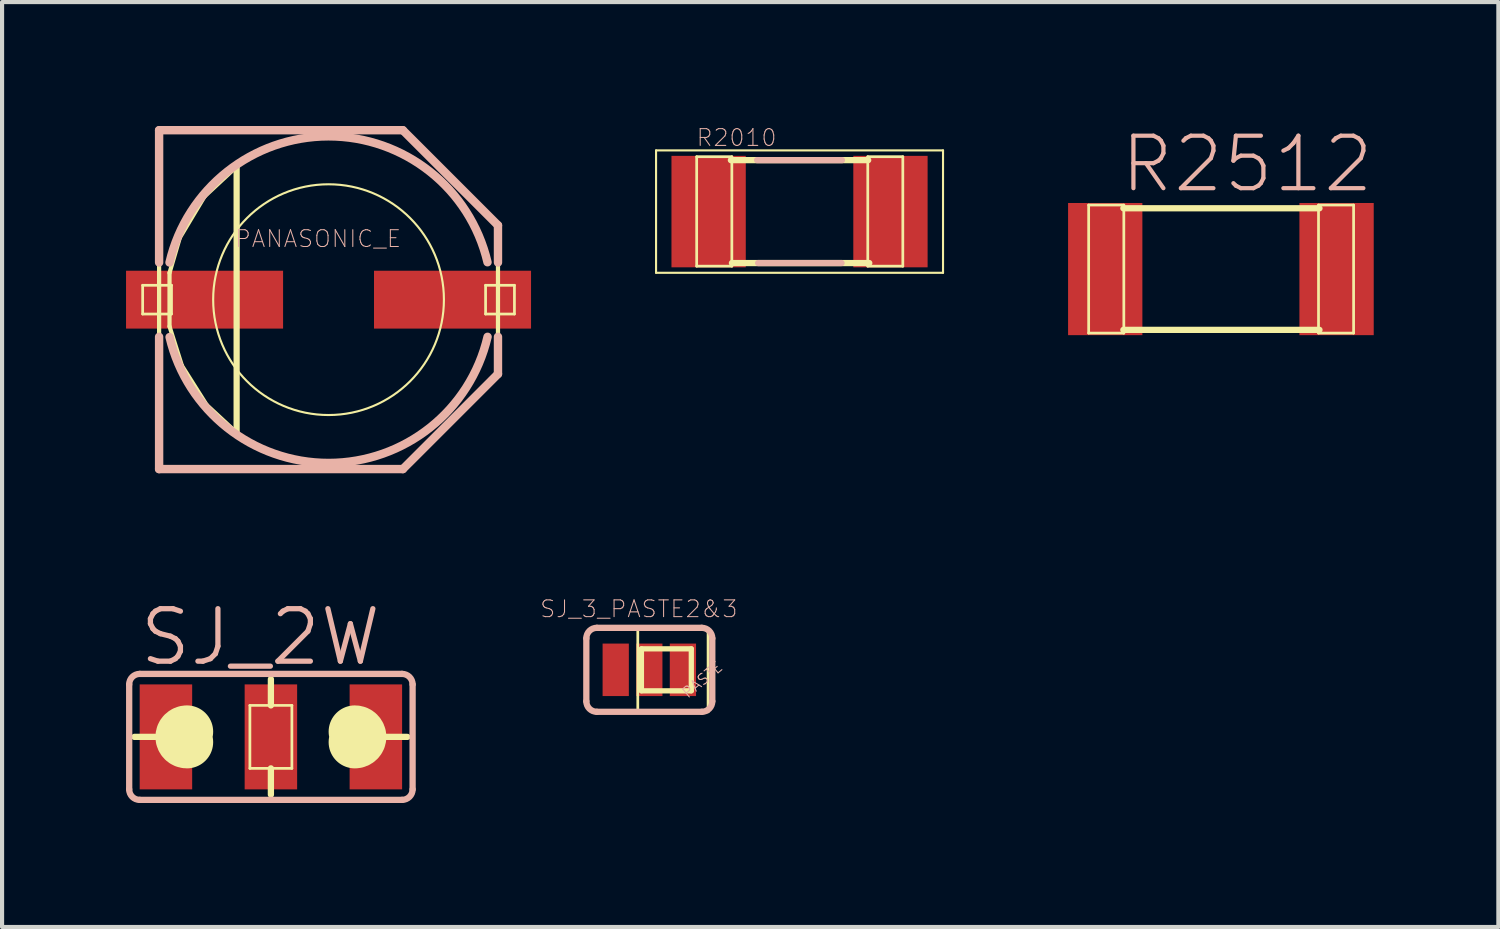
<source format=kicad_pcb>
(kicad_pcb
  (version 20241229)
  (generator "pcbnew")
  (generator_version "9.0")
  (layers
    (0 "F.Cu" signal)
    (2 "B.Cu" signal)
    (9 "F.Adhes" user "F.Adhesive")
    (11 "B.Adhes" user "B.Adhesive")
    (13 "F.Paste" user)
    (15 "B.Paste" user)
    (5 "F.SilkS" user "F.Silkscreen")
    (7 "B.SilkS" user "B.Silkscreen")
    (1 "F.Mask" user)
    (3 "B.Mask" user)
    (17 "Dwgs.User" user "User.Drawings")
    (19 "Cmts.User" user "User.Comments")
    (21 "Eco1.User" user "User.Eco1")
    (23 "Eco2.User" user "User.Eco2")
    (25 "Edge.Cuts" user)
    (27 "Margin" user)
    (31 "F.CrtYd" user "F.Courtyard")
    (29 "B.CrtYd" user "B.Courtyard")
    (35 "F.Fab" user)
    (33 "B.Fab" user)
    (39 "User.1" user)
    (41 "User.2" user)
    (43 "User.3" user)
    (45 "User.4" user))
  (footprint "SJ_2W"
    (layer "F.Cu")
    (at 3.505 14.781)
    (property "Reference" "SJ_2W" (at -0.254 -2.413 0) (layer "B.SilkS") (effects (font (size 1.27 1.27) (thickness 0.127))))
    (attr smd)
    (fp_line (start -2.794 0) (end -3.302 0) (stroke (width 0.152) (type solid)) (layer "F.SilkS"))
    (fp_line (start -0.508 -0.762) (end 0.508 -0.762) (stroke (width 0.066) (type solid)) (layer "F.SilkS"))
    (fp_line (start -0.508 0.762) (end -0.508 -0.762) (stroke (width 0.066) (type solid)) (layer "F.SilkS"))
    (fp_line (start -0.508 0.762) (end 0.508 0.762) (stroke (width 0.066) (type solid)) (layer "F.SilkS"))
    (fp_line (start 0 -0.762) (end 0 -1.397) (stroke (width 0.152) (type solid)) (layer "F.SilkS"))
    (fp_line (start 0 1.397) (end 0 0.762) (stroke (width 0.152) (type solid)) (layer "F.SilkS"))
    (fp_line (start 0.508 0.762) (end 0.508 -0.762) (stroke (width 0.066) (type solid)) (layer "F.SilkS"))
    (fp_line (start 2.794 0) (end 3.302 0) (stroke (width 0.152) (type solid)) (layer "F.SilkS"))
    (fp_arc (start -2.032 0.127) (mid -2.159 0) (end -2.032 -0.127) (stroke (width 1.27) (type solid)) (layer "F.SilkS"))
    (fp_arc (start 2.032 -0.127) (mid 2.159 0) (end 2.032 0.127) (stroke (width 1.27) (type solid)) (layer "F.SilkS"))
    (fp_line (start -3.429 1.27) (end -3.429 -1.27) (stroke (width 0.152) (type solid)) (layer "B.SilkS"))
    (fp_line (start -3.175 -1.524) (end 3.175 -1.524) (stroke (width 0.152) (type solid)) (layer "B.SilkS"))
    (fp_line (start 3.175 1.524) (end -3.175 1.524) (stroke (width 0.152) (type solid)) (layer "B.SilkS"))
    (fp_line (start 3.429 1.27) (end 3.429 -1.27) (stroke (width 0.152) (type solid)) (layer "B.SilkS"))
    (fp_arc (start -3.429 -1.27) (mid -3.354605 -1.449605) (end -3.175 -1.524) (stroke (width 0.1524) (type solid)) (layer "B.SilkS"))
    (fp_arc (start -3.175 1.524) (mid -3.354605 1.449605) (end -3.429 1.27) (stroke (width 0.1524) (type solid)) (layer "B.SilkS"))
    (fp_arc (start 3.175 -1.524) (mid 3.354605 -1.449605) (end 3.429 -1.27) (stroke (width 0.1524) (type solid)) (layer "B.SilkS"))
    (fp_arc (start 3.429 1.27) (mid 3.354605 1.449605) (end 3.175 1.524) (stroke (width 0.1524) (type solid)) (layer "B.SilkS"))
    (pad "1" smd rect (at -2.54 0) (size 1.27 2.54) (layers "F.Cu" "F.Mask" "F.Paste"))
    (pad "2" smd rect (at 0 0) (size 1.27 2.54) (layers "F.Cu" "F.Mask" "F.Paste"))
    (pad "3" smd rect (at 2.54 0) (size 1.27 2.54) (layers "F.Cu" "F.Mask" "F.Paste")))
  (footprint "R2512"
    (layer "F.Cu")
    (at 26.493 3.461)
    (property "Reference" "R2512" (at 0.635 -2.54 0) (layer "B.SilkS") (effects (font (size 1.27 1.27) (thickness 0.102))))
    (attr smd)
    (fp_line (start -3.2 -1.549) (end -2.349 -1.549) (stroke (width 0.066) (type solid)) (layer "F.SilkS"))
    (fp_line (start -3.2 1.549) (end -3.2 -1.549) (stroke (width 0.066) (type solid)) (layer "F.SilkS"))
    (fp_line (start -3.2 1.549) (end -2.349 1.549) (stroke (width 0.066) (type solid)) (layer "F.SilkS"))
    (fp_line (start -2.36 -1.471) (end 2.385 -1.471) (stroke (width 0.152) (type solid)) (layer "F.SilkS"))
    (fp_line (start -2.36 1.471) (end 2.385 1.471) (stroke (width 0.152) (type solid)) (layer "F.SilkS"))
    (fp_line (start -2.349 1.549) (end -2.349 -1.549) (stroke (width 0.066) (type solid)) (layer "F.SilkS"))
    (fp_line (start 2.362 -1.549) (end 3.211 -1.549) (stroke (width 0.066) (type solid)) (layer "F.SilkS"))
    (fp_line (start 2.362 1.549) (end 2.362 -1.549) (stroke (width 0.066) (type solid)) (layer "F.SilkS"))
    (fp_line (start 2.362 1.549) (end 3.211 1.549) (stroke (width 0.066) (type solid)) (layer "F.SilkS"))
    (fp_line (start 3.211 1.549) (end 3.211 -1.549) (stroke (width 0.066) (type solid)) (layer "F.SilkS"))
    (pad "1" smd rect (at -2.799 0) (size 1.798 3.198) (layers "F.Cu" "F.Mask" "F.Paste"))
    (pad "2" smd rect (at 2.799 0) (size 1.798 3.198) (layers "F.Cu" "F.Mask" "F.Paste")))
  (footprint "R2010"
    (layer "F.Cu")
    (at 16.297 2.07)
    (property "Reference" "R2010" (at -1.524 -1.788 0) (layer "B.SilkS") (effects (font (size 0.406 0.406) (thickness 0.025))))
    (attr smd)
    (fp_line (start -3.472 -1.481) (end 3.472 -1.481) (stroke (width 0.051) (type solid)) (layer "F.SilkS"))
    (fp_line (start -3.472 1.481) (end -3.472 -1.481) (stroke (width 0.051) (type solid)) (layer "F.SilkS"))
    (fp_line (start -2.489 -1.328) (end -1.638 -1.328) (stroke (width 0.066) (type solid)) (layer "F.SilkS"))
    (fp_line (start -2.489 1.321) (end -2.489 -1.328) (stroke (width 0.066) (type solid)) (layer "F.SilkS"))
    (fp_line (start -2.489 1.321) (end -1.638 1.321) (stroke (width 0.066) (type solid)) (layer "F.SilkS"))
    (fp_line (start -1.661 -1.245) (end 1.661 -1.245) (stroke (width 0.152) (type solid)) (layer "F.SilkS"))
    (fp_line (start -1.638 1.321) (end -1.638 -1.328) (stroke (width 0.066) (type solid)) (layer "F.SilkS"))
    (fp_line (start -1.636 1.245) (end 1.687 1.245) (stroke (width 0.152) (type solid)) (layer "F.SilkS"))
    (fp_line (start 1.651 -1.328) (end 2.499 -1.328) (stroke (width 0.066) (type solid)) (layer "F.SilkS"))
    (fp_line (start 1.651 1.321) (end 1.651 -1.328) (stroke (width 0.066) (type solid)) (layer "F.SilkS"))
    (fp_line (start 1.651 1.321) (end 2.499 1.321) (stroke (width 0.066) (type solid)) (layer "F.SilkS"))
    (fp_line (start 2.499 1.321) (end 2.499 -1.328) (stroke (width 0.066) (type solid)) (layer "F.SilkS"))
    (fp_line (start 3.472 -1.481) (end 3.472 1.481) (stroke (width 0.051) (type solid)) (layer "F.SilkS"))
    (fp_line (start 3.472 1.481) (end -3.472 1.481) (stroke (width 0.051) (type solid)) (layer "F.SilkS"))
    (fp_line (start -1.026 -1.245) (end 1.026 -1.245) (stroke (width 0.152) (type solid)) (layer "B.SilkS"))
    (fp_line (start -1.001 1.245) (end 1.016 1.245) (stroke (width 0.152) (type solid)) (layer "B.SilkS"))
    (pad "1" smd rect (at -2.2 0) (size 1.798 2.697) (layers "F.Cu" "F.Mask" "F.Paste"))
    (pad "2" smd rect (at 2.2 0) (size 1.798 2.697) (layers "F.Cu" "F.Mask" "F.Paste")))
  (footprint "PANASONIC_E"
    (layer "F.Cu")
    (at 4.9 4.201)
    (property "Reference" "PANASONIC_E" (at -0.254 -1.473 0) (layer "B.SilkS") (effects (font (size 0.406 0.406) (thickness 0.025))))
    (attr smd)
    (fp_line (start -4.498 -0.348) (end -3.8 -0.348) (stroke (width 0.066) (type solid)) (layer "F.SilkS"))
    (fp_line (start -4.498 0.348) (end -4.498 -0.348) (stroke (width 0.066) (type solid)) (layer "F.SilkS"))
    (fp_line (start -4.498 0.348) (end -3.8 0.348) (stroke (width 0.066) (type solid)) (layer "F.SilkS"))
    (fp_line (start -4.1 -4.1) (end 1.798 -4.1) (stroke (width 0.102) (type solid)) (layer "F.SilkS"))
    (fp_line (start -4.1 4.1) (end -4.1 -4.1) (stroke (width 0.102) (type solid)) (layer "F.SilkS"))
    (fp_line (start -3.848 -0.648) (end -3.848 0.648) (stroke (width 0.102) (type solid)) (layer "F.SilkS"))
    (fp_line (start -3.848 0.648) (end -3.548 1.598) (stroke (width 0.102) (type solid)) (layer "F.SilkS"))
    (fp_line (start -3.8 0.348) (end -3.8 -0.348) (stroke (width 0.066) (type solid)) (layer "F.SilkS"))
    (fp_line (start -3.599 -1.499) (end -3.848 -0.648) (stroke (width 0.102) (type solid)) (layer "F.SilkS"))
    (fp_line (start -3.548 1.598) (end -2.949 2.548) (stroke (width 0.102) (type solid)) (layer "F.SilkS"))
    (fp_line (start -3 -2.499) (end -3.599 -1.499) (stroke (width 0.102) (type solid)) (layer "F.SilkS"))
    (fp_line (start -2.949 2.548) (end -2.248 3.198) (stroke (width 0.102) (type solid)) (layer "F.SilkS"))
    (fp_line (start -2.248 -3.198) (end -3 -2.499) (stroke (width 0.102) (type solid)) (layer "F.SilkS"))
    (fp_line (start -2.248 -3.15) (end -2.248 -3.198) (stroke (width 0.102) (type solid)) (layer "F.SilkS"))
    (fp_line (start -2.248 3.198) (end -2.248 -3.15) (stroke (width 0.102) (type solid)) (layer "F.SilkS"))
    (fp_line (start -2.2 -3.249) (end -2.2 3.249) (stroke (width 0.102) (type solid)) (layer "F.SilkS"))
    (fp_line (start 1.798 -4.1) (end 4.1 -1.798) (stroke (width 0.102) (type solid)) (layer "F.SilkS"))
    (fp_line (start 1.798 4.1) (end -4.1 4.1) (stroke (width 0.102) (type solid)) (layer "F.SilkS"))
    (fp_line (start 3.8 -0.348) (end 4.498 -0.348) (stroke (width 0.066) (type solid)) (layer "F.SilkS"))
    (fp_line (start 3.8 0.348) (end 3.8 -0.348) (stroke (width 0.066) (type solid)) (layer "F.SilkS"))
    (fp_line (start 3.8 0.348) (end 4.498 0.348) (stroke (width 0.066) (type solid)) (layer "F.SilkS"))
    (fp_line (start 4.1 -1.798) (end 4.1 1.798) (stroke (width 0.102) (type solid)) (layer "F.SilkS"))
    (fp_line (start 4.1 1.798) (end 1.798 4.1) (stroke (width 0.102) (type solid)) (layer "F.SilkS"))
    (fp_line (start 4.498 0.348) (end 4.498 -0.348) (stroke (width 0.066) (type solid)) (layer "F.SilkS"))
    (fp_circle (center 0 0) (end -1.974 1.974) (stroke (width 0.051) (type solid)) (fill no) (layer "F.SilkS"))
    (fp_line (start -4.1 -4.1) (end 1.798 -4.1) (stroke (width 0.203) (type solid)) (layer "B.SilkS"))
    (fp_line (start -4.1 -0.899) (end -4.1 -4.1) (stroke (width 0.203) (type solid)) (layer "B.SilkS"))
    (fp_line (start -4.1 4.1) (end -4.1 0.899) (stroke (width 0.203) (type solid)) (layer "B.SilkS"))
    (fp_line (start 1.798 -4.1) (end 4.1 -1.798) (stroke (width 0.203) (type solid)) (layer "B.SilkS"))
    (fp_line (start 1.798 4.1) (end -4.1 4.1) (stroke (width 0.203) (type solid)) (layer "B.SilkS"))
    (fp_line (start 4.1 -1.798) (end 4.1 -0.899) (stroke (width 0.203) (type solid)) (layer "B.SilkS"))
    (fp_line (start 4.1 0.899) (end 4.1 1.798) (stroke (width 0.203) (type solid)) (layer "B.SilkS"))
    (fp_line (start 4.1 1.798) (end 1.798 4.1) (stroke (width 0.203) (type solid)) (layer "B.SilkS"))
    (fp_arc (start -3.8481 -0.89916) (mid -0.003314 -3.951753) (end 3.846587 -0.905612) (stroke (width 0.2032) (type solid)) (layer "B.SilkS"))
    (fp_arc (start 3.8481 0.89916) (mid 0.003314 3.951753) (end -3.846587 0.905612) (stroke (width 0.2032) (type solid)) (layer "B.SilkS"))
    (pad "+" smd rect (at 3 0) (size 3.8 1.4) (layers "F.Cu" "F.Mask" "F.Paste"))
    (pad "-" smd rect (at -3 0) (size 3.8 1.4) (layers "F.Cu" "F.Mask" "F.Paste")))
  (footprint "SJ_3_PASTE2&3"
    (layer "F.Cu")
    (at 12.662 13.158)
    (property "Reference" "SJ_3_PASTE2&3" (at -0.254 -1.473 0) (layer "B.SilkS") (effects (font (size 0.406 0.406) (thickness 0.025))))
    (attr smd)
    (fp_line (start -0.279 -0.991) (end 1.422 -0.991) (stroke (width 0.066) (type solid)) (layer "F.SilkS"))
    (fp_line (start -0.279 1.016) (end -0.279 -0.991) (stroke (width 0.066) (type solid)) (layer "F.SilkS"))
    (fp_line (start -0.279 1.016) (end 1.422 1.016) (stroke (width 0.066) (type solid)) (layer "F.SilkS"))
    (fp_line (start -0.191 -0.508) (end -0.191 0.508) (stroke (width 0.127) (type solid)) (layer "F.SilkS"))
    (fp_line (start -0.191 0.508) (end 1.016 0.508) (stroke (width 0.127) (type solid)) (layer "F.SilkS"))
    (fp_line (start 1.016 -0.508) (end -0.191 -0.508) (stroke (width 0.127) (type solid)) (layer "F.SilkS"))
    (fp_line (start 1.016 0.508) (end 1.016 -0.508) (stroke (width 0.127) (type solid)) (layer "F.SilkS"))
    (fp_line (start 1.422 1.016) (end 1.422 -0.991) (stroke (width 0.066) (type solid)) (layer "F.SilkS"))
    (fp_line (start -1.524 0.762) (end -1.524 -0.762) (stroke (width 0.152) (type solid)) (layer "B.SilkS"))
    (fp_line (start -1.27 -1.016) (end 1.27 -1.016) (stroke (width 0.152) (type solid)) (layer "B.SilkS"))
    (fp_line (start 1.27 1.016) (end -1.27 1.016) (stroke (width 0.152) (type solid)) (layer "B.SilkS"))
    (fp_line (start 1.524 0.762) (end 1.524 -0.762) (stroke (width 0.152) (type solid)) (layer "B.SilkS"))
    (fp_arc (start -1.524 -0.762) (mid -1.449605 -0.941605) (end -1.27 -1.016) (stroke (width 0.1524) (type solid)) (layer "B.SilkS"))
    (fp_arc (start -1.27 1.016) (mid -1.449605 0.941605) (end -1.524 0.762) (stroke (width 0.1524) (type solid)) (layer "B.SilkS"))
    (fp_arc (start 1.27 -1.016) (mid 1.449605 -0.941605) (end 1.524 -0.762) (stroke (width 0.1524) (type solid)) (layer "B.SilkS"))
    (fp_arc (start 1.524 0.762) (mid 1.449605 0.941605) (end 1.27 1.016) (stroke (width 0.1524) (type solid)) (layer "B.SilkS"))
    (fp_text user "PASTE" (at 1.283 0.241 40) (layer "B.SilkS") (effects (font (size 0.254 0.254) (thickness 0.025))))
    (pad "1" smd rect (at -0.813 0) (size 0.635 1.27) (layers "F.Cu" "F.Mask" "F.Paste"))
    (pad "2" smd rect (at 0 0) (size 0.635 1.27) (layers "F.Cu" "F.Mask" "F.Paste"))
    (pad "3" smd rect (at 0.813 0) (size 0.635 1.27) (layers "F.Cu" "F.Mask" "F.Paste")))
  (gr_rect
    (start -3 -3)
    (end 33.207 19.381)
    (stroke (width 0.1) (type default))
    (fill no)
    (layer "Edge.Cuts")))
</source>
